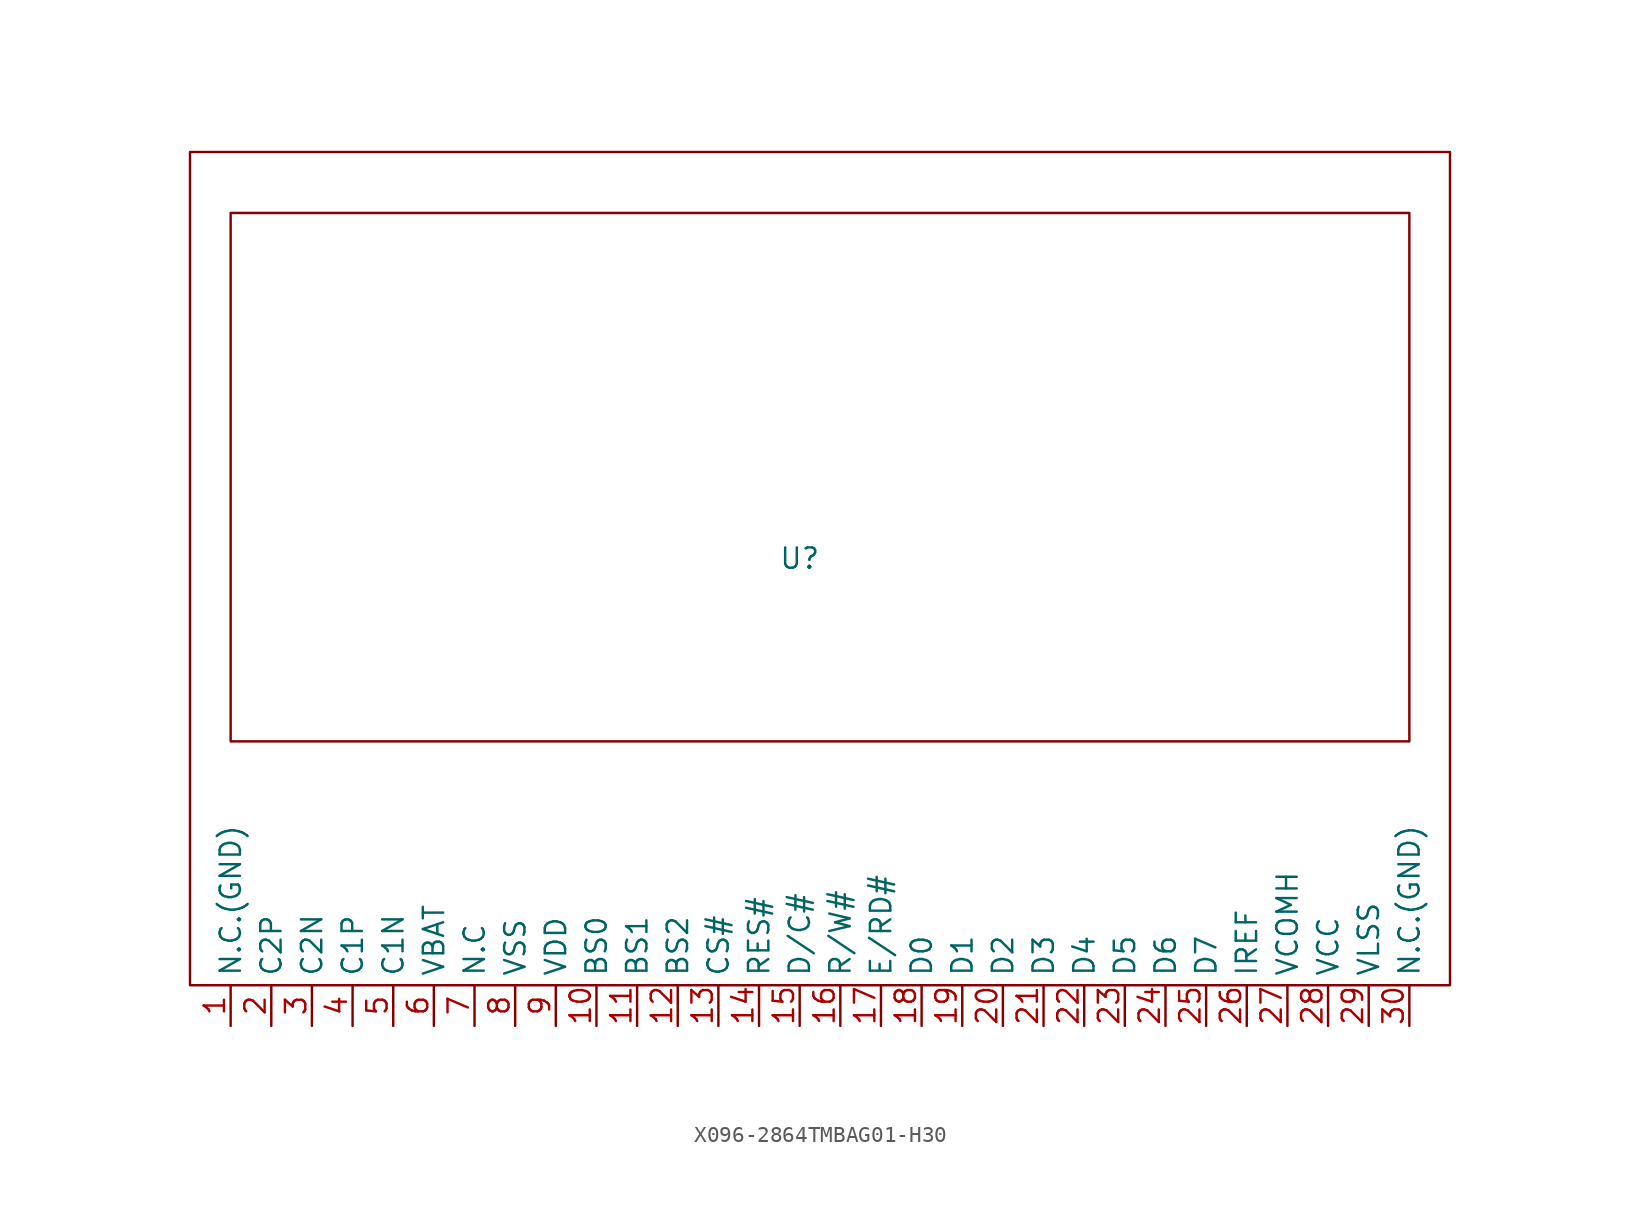
<source format=kicad_sym>
(kicad_symbol_lib
  (version 20231120)
  (generator "kicad_symbol_editor")
  (generator_version "8.99")
  (symbol "X096-2864TMBAG01-H30"
    (property "Reference" "U"
      (at 0 0 0)
      (effects (font (size 1.27 1.27))))
    (property "Value" ""
      (at 0 0 0)
      (effects (font (size 1.27 1.27))))
    (symbol "X096-2864TMBAG01-H30_0_1"
      (rectangle (start -38.1 25.4) (end 40.64 -26.67) (stroke (width 0) (type default)) (fill (type none)))
      (rectangle (start -35.56 21.59) (end 38.1 -11.43) (stroke (width 0) (type default)) (fill (type none))))
    (symbol "X096-2864TMBAG01-H30_1_1"
      (pin unspecified line (at -35.56 -29.21 90) (length 2.54) (name "N.C.(GND)" (effects (font (size 1.27 1.27)))) (number "1" (effects (font (size 1.27 1.27)))))
      (pin unspecified line (at -12.7 -29.21 90) (length 2.54) (name "BS0" (effects (font (size 1.27 1.27)))) (number "10" (effects (font (size 1.27 1.27)))))
      (pin unspecified line (at -10.16 -29.21 90) (length 2.54) (name "BS1" (effects (font (size 1.27 1.27)))) (number "11" (effects (font (size 1.27 1.27)))))
      (pin unspecified line (at -7.62 -29.21 90) (length 2.54) (name "BS2" (effects (font (size 1.27 1.27)))) (number "12" (effects (font (size 1.27 1.27)))))
      (pin unspecified line (at -5.08 -29.21 90) (length 2.54) (name "CS#" (effects (font (size 1.27 1.27)))) (number "13" (effects (font (size 1.27 1.27)))))
      (pin unspecified line (at -2.54 -29.21 90) (length 2.54) (name "RES#" (effects (font (size 1.27 1.27)))) (number "14" (effects (font (size 1.27 1.27)))))
      (pin unspecified line (at 0 -29.21 90) (length 2.54) (name "D/C#" (effects (font (size 1.27 1.27)))) (number "15" (effects (font (size 1.27 1.27)))))
      (pin unspecified line (at 2.54 -29.21 90) (length 2.54) (name "R/W#" (effects (font (size 1.27 1.27)))) (number "16" (effects (font (size 1.27 1.27)))))
      (pin unspecified line (at 5.08 -29.21 90) (length 2.54) (name "E/RD#" (effects (font (size 1.27 1.27)))) (number "17" (effects (font (size 1.27 1.27)))))
      (pin unspecified line (at 7.62 -29.21 90) (length 2.54) (name "D0" (effects (font (size 1.27 1.27)))) (number "18" (effects (font (size 1.27 1.27)))))
      (pin unspecified line (at 10.16 -29.21 90) (length 2.54) (name "D1" (effects (font (size 1.27 1.27)))) (number "19" (effects (font (size 1.27 1.27)))))
      (pin unspecified line (at -33.02 -29.21 90) (length 2.54) (name "C2P" (effects (font (size 1.27 1.27)))) (number "2" (effects (font (size 1.27 1.27)))))
      (pin unspecified line (at 12.7 -29.21 90) (length 2.54) (name "D2" (effects (font (size 1.27 1.27)))) (number "20" (effects (font (size 1.27 1.27)))))
      (pin unspecified line (at 15.24 -29.21 90) (length 2.54) (name "D3" (effects (font (size 1.27 1.27)))) (number "21" (effects (font (size 1.27 1.27)))))
      (pin unspecified line (at 17.78 -29.21 90) (length 2.54) (name "D4" (effects (font (size 1.27 1.27)))) (number "22" (effects (font (size 1.27 1.27)))))
      (pin unspecified line (at 20.32 -29.21 90) (length 2.54) (name "D5" (effects (font (size 1.27 1.27)))) (number "23" (effects (font (size 1.27 1.27)))))
      (pin unspecified line (at 22.86 -29.21 90) (length 2.54) (name "D6" (effects (font (size 1.27 1.27)))) (number "24" (effects (font (size 1.27 1.27)))))
      (pin unspecified line (at 25.4 -29.21 90) (length 2.54) (name "D7" (effects (font (size 1.27 1.27)))) (number "25" (effects (font (size 1.27 1.27)))))
      (pin unspecified line (at 27.94 -29.21 90) (length 2.54) (name "IREF" (effects (font (size 1.27 1.27)))) (number "26" (effects (font (size 1.27 1.27)))))
      (pin unspecified line (at 30.48 -29.21 90) (length 2.54) (name "VCOMH" (effects (font (size 1.27 1.27)))) (number "27" (effects (font (size 1.27 1.27)))))
      (pin unspecified line (at 33.02 -29.21 90) (length 2.54) (name "VCC" (effects (font (size 1.27 1.27)))) (number "28" (effects (font (size 1.27 1.27)))))
      (pin unspecified line (at 35.56 -29.21 90) (length 2.54) (name "VLSS" (effects (font (size 1.27 1.27)))) (number "29" (effects (font (size 1.27 1.27)))))
      (pin unspecified line (at -30.48 -29.21 90) (length 2.54) (name "C2N" (effects (font (size 1.27 1.27)))) (number "3" (effects (font (size 1.27 1.27)))))
      (pin unspecified line (at 38.1 -29.21 90) (length 2.54) (name "N.C.(GND)" (effects (font (size 1.27 1.27)))) (number "30" (effects (font (size 1.27 1.27)))))
      (pin unspecified line (at -27.94 -29.21 90) (length 2.54) (name "C1P" (effects (font (size 1.27 1.27)))) (number "4" (effects (font (size 1.27 1.27)))))
      (pin unspecified line (at -25.4 -29.21 90) (length 2.54) (name "C1N" (effects (font (size 1.27 1.27)))) (number "5" (effects (font (size 1.27 1.27)))))
      (pin unspecified line (at -22.86 -29.21 90) (length 2.54) (name "VBAT" (effects (font (size 1.27 1.27)))) (number "6" (effects (font (size 1.27 1.27)))))
      (pin unspecified line (at -20.32 -29.21 90) (length 2.54) (name "N.C" (effects (font (size 1.27 1.27)))) (number "7" (effects (font (size 1.27 1.27)))))
      (pin unspecified line (at -17.78 -29.21 90) (length 2.54) (name "VSS" (effects (font (size 1.27 1.27)))) (number "8" (effects (font (size 1.27 1.27)))))
      (pin unspecified line (at -15.24 -29.21 90) (length 2.54) (name "VDD" (effects (font (size 1.27 1.27)))) (number "9" (effects (font (size 1.27 1.27))))))))
</source>
